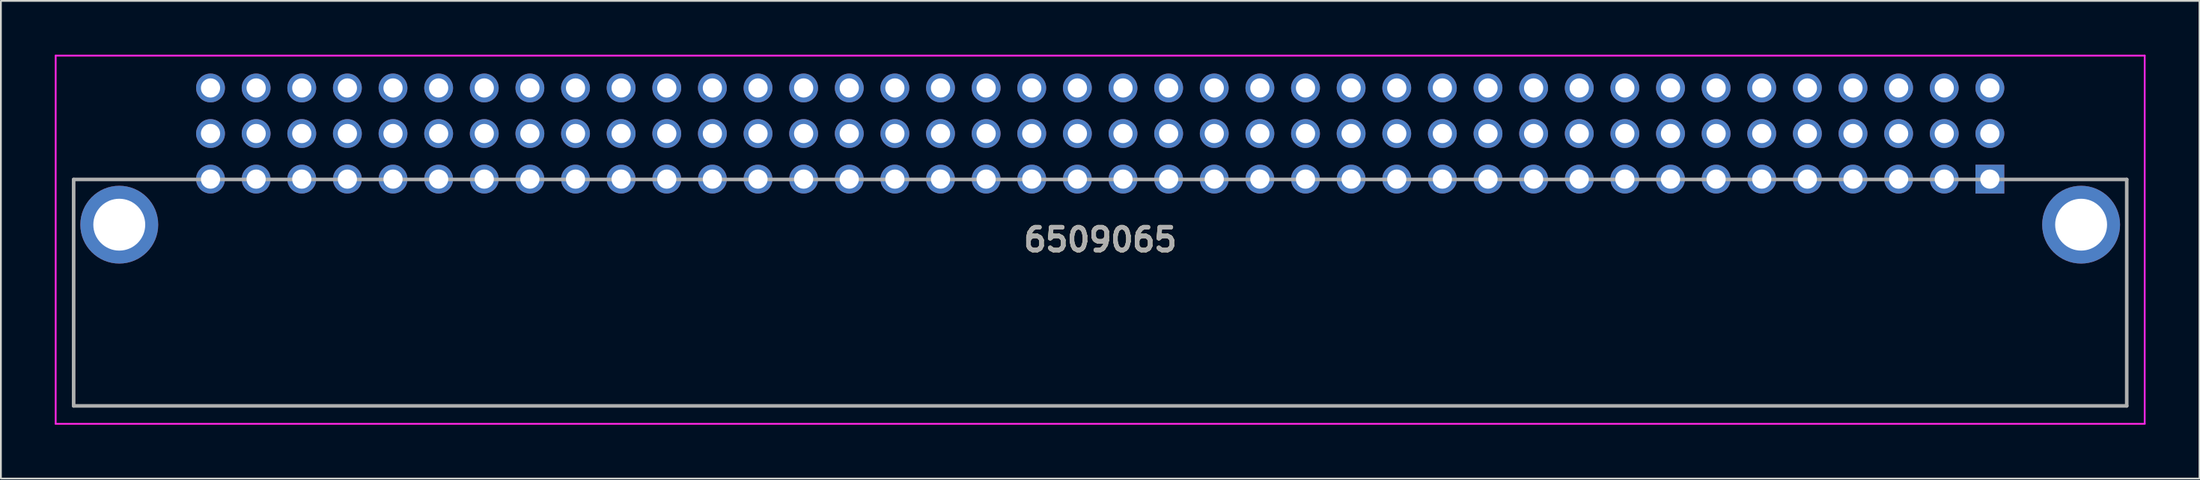
<source format=kicad_pcb>
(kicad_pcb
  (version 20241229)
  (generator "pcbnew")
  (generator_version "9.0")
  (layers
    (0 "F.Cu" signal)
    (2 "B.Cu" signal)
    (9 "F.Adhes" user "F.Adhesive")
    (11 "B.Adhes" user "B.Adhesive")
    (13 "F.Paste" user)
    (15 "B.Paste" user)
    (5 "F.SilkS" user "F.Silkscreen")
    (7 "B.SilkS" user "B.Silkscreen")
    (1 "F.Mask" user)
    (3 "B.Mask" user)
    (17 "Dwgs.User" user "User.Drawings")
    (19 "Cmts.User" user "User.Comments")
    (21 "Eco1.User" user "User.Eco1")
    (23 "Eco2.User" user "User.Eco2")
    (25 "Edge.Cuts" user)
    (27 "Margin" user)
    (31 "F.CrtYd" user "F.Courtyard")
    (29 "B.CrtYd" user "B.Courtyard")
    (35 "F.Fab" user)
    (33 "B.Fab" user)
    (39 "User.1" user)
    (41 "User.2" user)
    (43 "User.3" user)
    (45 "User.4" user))
  (footprint "6509065"
    (layer "F.Cu")
    (at 107.73 6.933)
    (property "Reference" "6509065" (at -49.53 3.379 0) (layer "F.SilkS") (effects (font (size 1.27 1.27) (thickness 0.254))))
    (attr through_hole)
    (fp_line (start -106.68 0.02) (end -106.68 0.02) (stroke (width 0.1) (type solid)) (layer "F.SilkS"))
    (fp_line (start -106.68 0.02) (end -106.68 0.02) (stroke (width 0.1) (type solid)) (layer "F.SilkS"))
    (fp_line (start -106.68 0.02) (end -106.68 12.64) (stroke (width 0.1) (type solid)) (layer "F.SilkS"))
    (fp_line (start -106.68 0.02) (end -100.5 0.02) (stroke (width 0.1) (type solid)) (layer "F.SilkS"))
    (fp_line (start -106.68 12.64) (end -106.68 0.02) (stroke (width 0.1) (type solid)) (layer "F.SilkS"))
    (fp_line (start -106.68 12.64) (end -106.68 12.64) (stroke (width 0.1) (type solid)) (layer "F.SilkS"))
    (fp_line (start -106.68 12.64) (end -106.68 12.64) (stroke (width 0.1) (type solid)) (layer "F.SilkS"))
    (fp_line (start -106.68 12.64) (end 7.62 12.64) (stroke (width 0.1) (type solid)) (layer "F.SilkS"))
    (fp_line (start -100.5 0.02) (end -106.68 0.02) (stroke (width 0.1) (type solid)) (layer "F.SilkS"))
    (fp_line (start -100.5 0.02) (end -100.5 0.02) (stroke (width 0.1) (type solid)) (layer "F.SilkS"))
    (fp_line (start 1.5 0.02) (end 1.5 0.02) (stroke (width 0.1) (type solid)) (layer "F.SilkS"))
    (fp_line (start 1.5 0.02) (end 7.62 0.02) (stroke (width 0.1) (type solid)) (layer "F.SilkS"))
    (fp_line (start 7.62 0.02) (end 1.5 0.02) (stroke (width 0.1) (type solid)) (layer "F.SilkS"))
    (fp_line (start 7.62 0.02) (end 7.62 0.02) (stroke (width 0.1) (type solid)) (layer "F.SilkS"))
    (fp_line (start 7.62 0.02) (end 7.62 0.02) (stroke (width 0.1) (type solid)) (layer "F.SilkS"))
    (fp_line (start 7.62 0.02) (end 7.62 12.64) (stroke (width 0.1) (type solid)) (layer "F.SilkS"))
    (fp_line (start 7.62 12.64) (end -106.68 12.64) (stroke (width 0.1) (type solid)) (layer "F.SilkS"))
    (fp_line (start 7.62 12.64) (end 7.62 0.02) (stroke (width 0.1) (type solid)) (layer "F.SilkS"))
    (fp_line (start 7.62 12.64) (end 7.62 12.64) (stroke (width 0.1) (type solid)) (layer "F.SilkS"))
    (fp_line (start 7.62 12.64) (end 7.62 12.64) (stroke (width 0.1) (type solid)) (layer "F.SilkS"))
    (fp_line (start -107.68 -6.883) (end 8.62 -6.883) (stroke (width 0.1) (type solid)) (layer "F.CrtYd"))
    (fp_line (start -107.68 13.64) (end -107.68 -6.883) (stroke (width 0.1) (type solid)) (layer "F.CrtYd"))
    (fp_line (start 8.62 -6.883) (end 8.62 13.64) (stroke (width 0.1) (type solid)) (layer "F.CrtYd"))
    (fp_line (start 8.62 13.64) (end -107.68 13.64) (stroke (width 0.1) (type solid)) (layer "F.CrtYd"))
    (fp_line (start -106.68 0.02) (end -106.68 12.64) (stroke (width 0.2) (type solid)) (layer "F.Fab"))
    (fp_line (start -106.68 12.64) (end 7.62 12.64) (stroke (width 0.2) (type solid)) (layer "F.Fab"))
    (fp_line (start 7.62 0.02) (end -106.68 0.02) (stroke (width 0.2) (type solid)) (layer "F.Fab"))
    (fp_line (start 7.62 12.64) (end 7.62 0.02) (stroke (width 0.2) (type solid)) (layer "F.Fab"))
    (fp_text user "${REFERENCE}" (at -49.53 3.379 0) (layer "F.Fab") (effects (font (size 1.27 1.27) (thickness 0.254))))
    (pad "A1" thru_hole rect (at 0 0) (size 1.605 1.605) (drill 1.07) (layers "*.Cu" "*.Mask"))
    (pad "A2" thru_hole circle (at -2.54 0) (size 1.605 1.605) (drill 1.07) (layers "*.Cu" "*.Mask"))
    (pad "A3" thru_hole circle (at -5.08 0) (size 1.605 1.605) (drill 1.07) (layers "*.Cu" "*.Mask"))
    (pad "A4" thru_hole circle (at -7.62 0) (size 1.605 1.605) (drill 1.07) (layers "*.Cu" "*.Mask"))
    (pad "A5" thru_hole circle (at -10.16 0) (size 1.605 1.605) (drill 1.07) (layers "*.Cu" "*.Mask"))
    (pad "A6" thru_hole circle (at -12.7 0) (size 1.605 1.605) (drill 1.07) (layers "*.Cu" "*.Mask"))
    (pad "A7" thru_hole circle (at -15.24 0) (size 1.605 1.605) (drill 1.07) (layers "*.Cu" "*.Mask"))
    (pad "A8" thru_hole circle (at -17.78 0) (size 1.605 1.605) (drill 1.07) (layers "*.Cu" "*.Mask"))
    (pad "A9" thru_hole circle (at -20.32 0) (size 1.605 1.605) (drill 1.07) (layers "*.Cu" "*.Mask"))
    (pad "A10" thru_hole circle (at -22.86 0) (size 1.605 1.605) (drill 1.07) (layers "*.Cu" "*.Mask"))
    (pad "A11" thru_hole circle (at -25.4 0) (size 1.605 1.605) (drill 1.07) (layers "*.Cu" "*.Mask"))
    (pad "A12" thru_hole circle (at -27.94 0) (size 1.605 1.605) (drill 1.07) (layers "*.Cu" "*.Mask"))
    (pad "A13" thru_hole circle (at -30.48 0) (size 1.605 1.605) (drill 1.07) (layers "*.Cu" "*.Mask"))
    (pad "A14" thru_hole circle (at -33.02 0) (size 1.605 1.605) (drill 1.07) (layers "*.Cu" "*.Mask"))
    (pad "A15" thru_hole circle (at -35.56 0) (size 1.605 1.605) (drill 1.07) (layers "*.Cu" "*.Mask"))
    (pad "A16" thru_hole circle (at -38.1 0) (size 1.605 1.605) (drill 1.07) (layers "*.Cu" "*.Mask"))
    (pad "A17" thru_hole circle (at -40.64 0) (size 1.605 1.605) (drill 1.07) (layers "*.Cu" "*.Mask"))
    (pad "A18" thru_hole circle (at -43.18 0) (size 1.605 1.605) (drill 1.07) (layers "*.Cu" "*.Mask"))
    (pad "A19" thru_hole circle (at -45.72 0) (size 1.605 1.605) (drill 1.07) (layers "*.Cu" "*.Mask"))
    (pad "A20" thru_hole circle (at -48.26 0) (size 1.605 1.605) (drill 1.07) (layers "*.Cu" "*.Mask"))
    (pad "A21" thru_hole circle (at -50.8 0) (size 1.605 1.605) (drill 1.07) (layers "*.Cu" "*.Mask"))
    (pad "A22" thru_hole circle (at -53.34 0) (size 1.605 1.605) (drill 1.07) (layers "*.Cu" "*.Mask"))
    (pad "A23" thru_hole circle (at -55.88 0) (size 1.605 1.605) (drill 1.07) (layers "*.Cu" "*.Mask"))
    (pad "A24" thru_hole circle (at -58.42 0) (size 1.605 1.605) (drill 1.07) (layers "*.Cu" "*.Mask"))
    (pad "A25" thru_hole circle (at -60.96 0) (size 1.605 1.605) (drill 1.07) (layers "*.Cu" "*.Mask"))
    (pad "A26" thru_hole circle (at -63.5 0) (size 1.605 1.605) (drill 1.07) (layers "*.Cu" "*.Mask"))
    (pad "A27" thru_hole circle (at -66.04 0) (size 1.605 1.605) (drill 1.07) (layers "*.Cu" "*.Mask"))
    (pad "A28" thru_hole circle (at -68.58 0) (size 1.605 1.605) (drill 1.07) (layers "*.Cu" "*.Mask"))
    (pad "A29" thru_hole circle (at -71.12 0) (size 1.605 1.605) (drill 1.07) (layers "*.Cu" "*.Mask"))
    (pad "A30" thru_hole circle (at -73.66 0) (size 1.605 1.605) (drill 1.07) (layers "*.Cu" "*.Mask"))
    (pad "A31" thru_hole circle (at -76.2 0) (size 1.605 1.605) (drill 1.07) (layers "*.Cu" "*.Mask"))
    (pad "A32" thru_hole circle (at -78.74 0) (size 1.605 1.605) (drill 1.07) (layers "*.Cu" "*.Mask"))
    (pad "A33" thru_hole circle (at -81.28 0) (size 1.605 1.605) (drill 1.07) (layers "*.Cu" "*.Mask"))
    (pad "A34" thru_hole circle (at -83.82 0) (size 1.605 1.605) (drill 1.07) (layers "*.Cu" "*.Mask"))
    (pad "A35" thru_hole circle (at -86.36 0) (size 1.605 1.605) (drill 1.07) (layers "*.Cu" "*.Mask"))
    (pad "A36" thru_hole circle (at -88.9 0) (size 1.605 1.605) (drill 1.07) (layers "*.Cu" "*.Mask"))
    (pad "A37" thru_hole circle (at -91.44 0) (size 1.605 1.605) (drill 1.07) (layers "*.Cu" "*.Mask"))
    (pad "A38" thru_hole circle (at -93.98 0) (size 1.605 1.605) (drill 1.07) (layers "*.Cu" "*.Mask"))
    (pad "A39" thru_hole circle (at -96.52 0) (size 1.605 1.605) (drill 1.07) (layers "*.Cu" "*.Mask"))
    (pad "A40" thru_hole circle (at -99.06 0) (size 1.605 1.605) (drill 1.07) (layers "*.Cu" "*.Mask"))
    (pad "B1" thru_hole circle (at 0 -2.54) (size 1.605 1.605) (drill 1.07) (layers "*.Cu" "*.Mask"))
    (pad "B2" thru_hole circle (at -2.54 -2.54) (size 1.605 1.605) (drill 1.07) (layers "*.Cu" "*.Mask"))
    (pad "B3" thru_hole circle (at -5.08 -2.54) (size 1.605 1.605) (drill 1.07) (layers "*.Cu" "*.Mask"))
    (pad "B4" thru_hole circle (at -7.62 -2.54) (size 1.605 1.605) (drill 1.07) (layers "*.Cu" "*.Mask"))
    (pad "B5" thru_hole circle (at -10.16 -2.54) (size 1.605 1.605) (drill 1.07) (layers "*.Cu" "*.Mask"))
    (pad "B6" thru_hole circle (at -12.7 -2.54) (size 1.605 1.605) (drill 1.07) (layers "*.Cu" "*.Mask"))
    (pad "B7" thru_hole circle (at -15.24 -2.54) (size 1.605 1.605) (drill 1.07) (layers "*.Cu" "*.Mask"))
    (pad "B8" thru_hole circle (at -17.78 -2.54) (size 1.605 1.605) (drill 1.07) (layers "*.Cu" "*.Mask"))
    (pad "B9" thru_hole circle (at -20.32 -2.54) (size 1.605 1.605) (drill 1.07) (layers "*.Cu" "*.Mask"))
    (pad "B10" thru_hole circle (at -22.86 -2.54) (size 1.605 1.605) (drill 1.07) (layers "*.Cu" "*.Mask"))
    (pad "B11" thru_hole circle (at -25.4 -2.54) (size 1.605 1.605) (drill 1.07) (layers "*.Cu" "*.Mask"))
    (pad "B12" thru_hole circle (at -27.94 -2.54) (size 1.605 1.605) (drill 1.07) (layers "*.Cu" "*.Mask"))
    (pad "B13" thru_hole circle (at -30.48 -2.54) (size 1.605 1.605) (drill 1.07) (layers "*.Cu" "*.Mask"))
    (pad "B14" thru_hole circle (at -33.02 -2.54) (size 1.605 1.605) (drill 1.07) (layers "*.Cu" "*.Mask"))
    (pad "B15" thru_hole circle (at -35.56 -2.54) (size 1.605 1.605) (drill 1.07) (layers "*.Cu" "*.Mask"))
    (pad "B16" thru_hole circle (at -38.1 -2.54) (size 1.605 1.605) (drill 1.07) (layers "*.Cu" "*.Mask"))
    (pad "B17" thru_hole circle (at -40.64 -2.54) (size 1.605 1.605) (drill 1.07) (layers "*.Cu" "*.Mask"))
    (pad "B18" thru_hole circle (at -43.18 -2.54) (size 1.605 1.605) (drill 1.07) (layers "*.Cu" "*.Mask"))
    (pad "B19" thru_hole circle (at -45.72 -2.54) (size 1.605 1.605) (drill 1.07) (layers "*.Cu" "*.Mask"))
    (pad "B20" thru_hole circle (at -48.26 -2.54) (size 1.605 1.605) (drill 1.07) (layers "*.Cu" "*.Mask"))
    (pad "B21" thru_hole circle (at -50.8 -2.54) (size 1.605 1.605) (drill 1.07) (layers "*.Cu" "*.Mask"))
    (pad "B22" thru_hole circle (at -53.34 -2.54) (size 1.605 1.605) (drill 1.07) (layers "*.Cu" "*.Mask"))
    (pad "B23" thru_hole circle (at -55.88 -2.54) (size 1.605 1.605) (drill 1.07) (layers "*.Cu" "*.Mask"))
    (pad "B24" thru_hole circle (at -58.42 -2.54) (size 1.605 1.605) (drill 1.07) (layers "*.Cu" "*.Mask"))
    (pad "B25" thru_hole circle (at -60.96 -2.54) (size 1.605 1.605) (drill 1.07) (layers "*.Cu" "*.Mask"))
    (pad "B26" thru_hole circle (at -63.5 -2.54) (size 1.605 1.605) (drill 1.07) (layers "*.Cu" "*.Mask"))
    (pad "B27" thru_hole circle (at -66.04 -2.54) (size 1.605 1.605) (drill 1.07) (layers "*.Cu" "*.Mask"))
    (pad "B28" thru_hole circle (at -68.58 -2.54) (size 1.605 1.605) (drill 1.07) (layers "*.Cu" "*.Mask"))
    (pad "B29" thru_hole circle (at -71.12 -2.54) (size 1.605 1.605) (drill 1.07) (layers "*.Cu" "*.Mask"))
    (pad "B30" thru_hole circle (at -73.66 -2.54) (size 1.605 1.605) (drill 1.07) (layers "*.Cu" "*.Mask"))
    (pad "B31" thru_hole circle (at -76.2 -2.54) (size 1.605 1.605) (drill 1.07) (layers "*.Cu" "*.Mask"))
    (pad "B32" thru_hole circle (at -78.74 -2.54) (size 1.605 1.605) (drill 1.07) (layers "*.Cu" "*.Mask"))
    (pad "B33" thru_hole circle (at -81.28 -2.54) (size 1.605 1.605) (drill 1.07) (layers "*.Cu" "*.Mask"))
    (pad "B34" thru_hole circle (at -83.82 -2.54) (size 1.605 1.605) (drill 1.07) (layers "*.Cu" "*.Mask"))
    (pad "B35" thru_hole circle (at -86.36 -2.54) (size 1.605 1.605) (drill 1.07) (layers "*.Cu" "*.Mask"))
    (pad "B36" thru_hole circle (at -88.9 -2.54) (size 1.605 1.605) (drill 1.07) (layers "*.Cu" "*.Mask"))
    (pad "B37" thru_hole circle (at -91.44 -2.54) (size 1.605 1.605) (drill 1.07) (layers "*.Cu" "*.Mask"))
    (pad "B38" thru_hole circle (at -93.98 -2.54) (size 1.605 1.605) (drill 1.07) (layers "*.Cu" "*.Mask"))
    (pad "B39" thru_hole circle (at -96.52 -2.54) (size 1.605 1.605) (drill 1.07) (layers "*.Cu" "*.Mask"))
    (pad "B40" thru_hole circle (at -99.06 -2.54) (size 1.605 1.605) (drill 1.07) (layers "*.Cu" "*.Mask"))
    (pad "C1" thru_hole circle (at 0 -5.08) (size 1.605 1.605) (drill 1.07) (layers "*.Cu" "*.Mask"))
    (pad "C2" thru_hole circle (at -2.54 -5.08) (size 1.605 1.605) (drill 1.07) (layers "*.Cu" "*.Mask"))
    (pad "C3" thru_hole circle (at -5.08 -5.08) (size 1.605 1.605) (drill 1.07) (layers "*.Cu" "*.Mask"))
    (pad "C4" thru_hole circle (at -7.62 -5.08) (size 1.605 1.605) (drill 1.07) (layers "*.Cu" "*.Mask"))
    (pad "C5" thru_hole circle (at -10.16 -5.08) (size 1.605 1.605) (drill 1.07) (layers "*.Cu" "*.Mask"))
    (pad "C6" thru_hole circle (at -12.7 -5.08) (size 1.605 1.605) (drill 1.07) (layers "*.Cu" "*.Mask"))
    (pad "C7" thru_hole circle (at -15.24 -5.08) (size 1.605 1.605) (drill 1.07) (layers "*.Cu" "*.Mask"))
    (pad "C8" thru_hole circle (at -17.78 -5.08) (size 1.605 1.605) (drill 1.07) (layers "*.Cu" "*.Mask"))
    (pad "C9" thru_hole circle (at -20.32 -5.08) (size 1.605 1.605) (drill 1.07) (layers "*.Cu" "*.Mask"))
    (pad "C10" thru_hole circle (at -22.86 -5.08) (size 1.605 1.605) (drill 1.07) (layers "*.Cu" "*.Mask"))
    (pad "C11" thru_hole circle (at -25.4 -5.08) (size 1.605 1.605) (drill 1.07) (layers "*.Cu" "*.Mask"))
    (pad "C12" thru_hole circle (at -27.94 -5.08) (size 1.605 1.605) (drill 1.07) (layers "*.Cu" "*.Mask"))
    (pad "C13" thru_hole circle (at -30.48 -5.08) (size 1.605 1.605) (drill 1.07) (layers "*.Cu" "*.Mask"))
    (pad "C14" thru_hole circle (at -33.02 -5.08) (size 1.605 1.605) (drill 1.07) (layers "*.Cu" "*.Mask"))
    (pad "C15" thru_hole circle (at -35.56 -5.08) (size 1.605 1.605) (drill 1.07) (layers "*.Cu" "*.Mask"))
    (pad "C16" thru_hole circle (at -38.1 -5.08) (size 1.605 1.605) (drill 1.07) (layers "*.Cu" "*.Mask"))
    (pad "C17" thru_hole circle (at -40.64 -5.08) (size 1.605 1.605) (drill 1.07) (layers "*.Cu" "*.Mask"))
    (pad "C18" thru_hole circle (at -43.18 -5.08) (size 1.605 1.605) (drill 1.07) (layers "*.Cu" "*.Mask"))
    (pad "C19" thru_hole circle (at -45.72 -5.08) (size 1.605 1.605) (drill 1.07) (layers "*.Cu" "*.Mask"))
    (pad "C20" thru_hole circle (at -48.26 -5.08) (size 1.605 1.605) (drill 1.07) (layers "*.Cu" "*.Mask"))
    (pad "C21" thru_hole circle (at -50.8 -5.08) (size 1.605 1.605) (drill 1.07) (layers "*.Cu" "*.Mask"))
    (pad "C22" thru_hole circle (at -53.34 -5.08) (size 1.605 1.605) (drill 1.07) (layers "*.Cu" "*.Mask"))
    (pad "C23" thru_hole circle (at -55.88 -5.08) (size 1.605 1.605) (drill 1.07) (layers "*.Cu" "*.Mask"))
    (pad "C24" thru_hole circle (at -58.42 -5.08) (size 1.605 1.605) (drill 1.07) (layers "*.Cu" "*.Mask"))
    (pad "C25" thru_hole circle (at -60.96 -5.08) (size 1.605 1.605) (drill 1.07) (layers "*.Cu" "*.Mask"))
    (pad "C26" thru_hole circle (at -63.5 -5.08) (size 1.605 1.605) (drill 1.07) (layers "*.Cu" "*.Mask"))
    (pad "C27" thru_hole circle (at -66.04 -5.08) (size 1.605 1.605) (drill 1.07) (layers "*.Cu" "*.Mask"))
    (pad "C28" thru_hole circle (at -68.58 -5.08) (size 1.605 1.605) (drill 1.07) (layers "*.Cu" "*.Mask"))
    (pad "C29" thru_hole circle (at -71.12 -5.08) (size 1.605 1.605) (drill 1.07) (layers "*.Cu" "*.Mask"))
    (pad "C30" thru_hole circle (at -73.66 -5.08) (size 1.605 1.605) (drill 1.07) (layers "*.Cu" "*.Mask"))
    (pad "C31" thru_hole circle (at -76.2 -5.08) (size 1.605 1.605) (drill 1.07) (layers "*.Cu" "*.Mask"))
    (pad "C32" thru_hole circle (at -78.74 -5.08) (size 1.605 1.605) (drill 1.07) (layers "*.Cu" "*.Mask"))
    (pad "C33" thru_hole circle (at -81.28 -5.08) (size 1.605 1.605) (drill 1.07) (layers "*.Cu" "*.Mask"))
    (pad "C34" thru_hole circle (at -83.82 -5.08) (size 1.605 1.605) (drill 1.07) (layers "*.Cu" "*.Mask"))
    (pad "C35" thru_hole circle (at -86.36 -5.08) (size 1.605 1.605) (drill 1.07) (layers "*.Cu" "*.Mask"))
    (pad "C36" thru_hole circle (at -88.9 -5.08) (size 1.605 1.605) (drill 1.07) (layers "*.Cu" "*.Mask"))
    (pad "C37" thru_hole circle (at -91.44 -5.08) (size 1.605 1.605) (drill 1.07) (layers "*.Cu" "*.Mask"))
    (pad "C38" thru_hole circle (at -93.98 -5.08) (size 1.605 1.605) (drill 1.07) (layers "*.Cu" "*.Mask"))
    (pad "C39" thru_hole circle (at -96.52 -5.08) (size 1.605 1.605) (drill 1.07) (layers "*.Cu" "*.Mask"))
    (pad "C40" thru_hole circle (at -99.06 -5.08) (size 1.605 1.605) (drill 1.07) (layers "*.Cu" "*.Mask"))
    (pad "MH1" thru_hole circle (at 5.08 2.54) (size 4.335 4.335) (drill 2.89) (layers "*.Cu" "*.Mask"))
    (pad "MH2" thru_hole circle (at -104.14 2.54) (size 4.335 4.335) (drill 2.89) (layers "*.Cu" "*.Mask")))
  (gr_rect
    (start -3 -3)
    (end 119.4 23.623)
    (stroke (width 0.1) (type default))
    (fill no)
    (layer "Edge.Cuts")))
</source>
